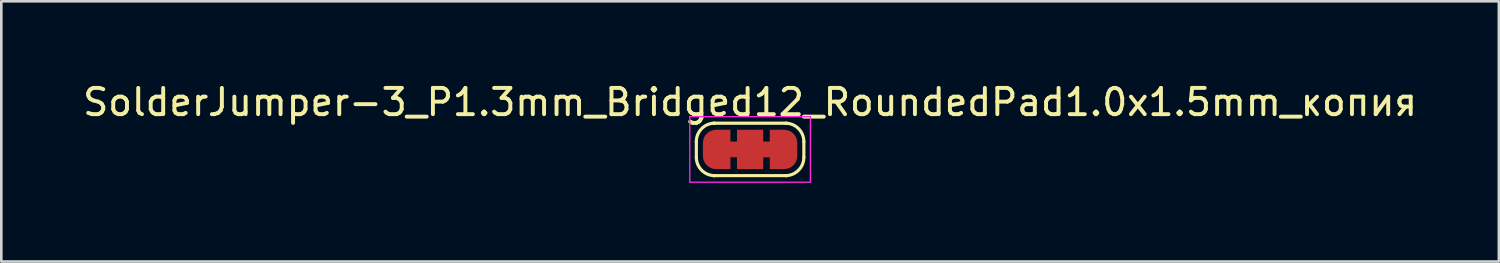
<source format=kicad_pcb>
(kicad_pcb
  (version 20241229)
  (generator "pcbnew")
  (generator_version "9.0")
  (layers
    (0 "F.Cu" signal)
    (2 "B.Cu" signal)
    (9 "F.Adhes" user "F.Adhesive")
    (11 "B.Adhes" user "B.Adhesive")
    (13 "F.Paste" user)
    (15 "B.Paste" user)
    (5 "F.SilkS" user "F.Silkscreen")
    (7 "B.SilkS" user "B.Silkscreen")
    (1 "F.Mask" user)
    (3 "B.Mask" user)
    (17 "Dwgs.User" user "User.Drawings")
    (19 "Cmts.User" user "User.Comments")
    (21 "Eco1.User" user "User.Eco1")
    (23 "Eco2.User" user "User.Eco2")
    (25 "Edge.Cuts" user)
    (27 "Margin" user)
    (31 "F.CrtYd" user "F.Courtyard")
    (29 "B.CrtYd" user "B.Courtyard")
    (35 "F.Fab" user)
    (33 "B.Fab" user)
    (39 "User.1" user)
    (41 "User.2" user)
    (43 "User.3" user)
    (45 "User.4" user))
  (footprint "SolderJumper-3_P1.3mm_Bridged12_RoundedPad1.0x1.5mm_копия"
    (layer "F.Cu")
    (at 25.554 2.648)
    (property "Reference" "SolderJumper-3_P1.3mm_Bridged12_RoundedPad1.0x1.5mm_копия" (at 0 -1.8 0) (layer "F.SilkS") (effects (font (size 1 1) (thickness 0.15))))
    (attr exclude_from_pos_files exclude_from_bom)
    (fp_poly (pts (xy -0.9 -0.3) (xy -0.4 -0.3) (xy -0.4 0.3) (xy -0.9 0.3)) (stroke (width 0) (type solid)) (fill yes) (layer "F.Cu"))
    (fp_poly (pts (xy 0.38 -0.3) (xy 0.88 -0.3) (xy 0.88 0.3) (xy 0.38 0.3)) (stroke (width 0) (type solid)) (fill yes) (layer "F.Cu"))
    (fp_poly (pts (xy -0.9 -0.3) (xy -0.4 -0.3) (xy -0.4 0.3) (xy -0.9 0.3)) (stroke (width 0) (type solid)) (fill yes) (layer "F.Mask"))
    (fp_poly (pts (xy 0.4 -0.3) (xy 0.9 -0.3) (xy 0.9 0.3) (xy 0.4 0.3)) (stroke (width 0) (type solid)) (fill yes) (layer "F.Mask"))
    (fp_line (start -2.05 0.3) (end -2.05 -0.3) (stroke (width 0.12) (type solid)) (layer "F.SilkS"))
    (fp_line (start -1.4 -1) (end 1.4 -1) (stroke (width 0.12) (type solid)) (layer "F.SilkS"))
    (fp_line (start 1.4 1) (end -1.4 1) (stroke (width 0.12) (type solid)) (layer "F.SilkS"))
    (fp_line (start 2.05 -0.3) (end 2.05 0.3) (stroke (width 0.12) (type solid)) (layer "F.SilkS"))
    (fp_arc (start -2.05 -0.3) (mid -1.844975 -0.794975) (end -1.35 -1) (stroke (width 0.12) (type solid)) (layer "F.SilkS"))
    (fp_arc (start -1.35 1) (mid -1.844975 0.794975) (end -2.05 0.3) (stroke (width 0.12) (type solid)) (layer "F.SilkS"))
    (fp_arc (start 1.35 -1) (mid 1.844975 -0.794975) (end 2.05 -0.3) (stroke (width 0.12) (type solid)) (layer "F.SilkS"))
    (fp_arc (start 2.05 0.3) (mid 1.844975 0.794975) (end 1.35 1) (stroke (width 0.12) (type solid)) (layer "F.SilkS"))
    (fp_line (start -2.3 -1.25) (end -2.3 1.25) (stroke (width 0.05) (type solid)) (layer "F.CrtYd"))
    (fp_line (start -2.3 -1.25) (end 2.3 -1.25) (stroke (width 0.05) (type solid)) (layer "F.CrtYd"))
    (fp_line (start 2.3 1.25) (end -2.3 1.25) (stroke (width 0.05) (type solid)) (layer "F.CrtYd"))
    (fp_line (start 2.3 1.25) (end 2.3 -1.25) (stroke (width 0.05) (type solid)) (layer "F.CrtYd"))
    (pad "1" smd custom (at -1.3 0) (size 1 0.5) (layers "F.Cu" "F.Mask") (options (anchor rect)) (primitives (gr_circle (center 0 0.25) (end 0.5 0.25) (width 0) (fill yes)) (gr_circle (center 0 -0.25) (end 0.5 -0.25) (width 0) (fill yes)) (gr_poly (pts (xy 0.55 0.75) (xy 0 0.75) (xy 0 -0.75) (xy 0.55 -0.75)) (width 0) (fill yes))))
    (pad "2" smd rect (at 0 0) (size 1 1.5) (layers "F.Cu" "F.Mask"))
    (pad "3" smd custom (at 1.3 0) (size 1 0.5) (layers "F.Cu" "F.Mask") (options (anchor rect)) (primitives (gr_circle (center 0 0.25) (end 0.5 0.25) (width 0) (fill yes)) (gr_circle (center 0 -0.25) (end 0.5 -0.25) (width 0) (fill yes)) (gr_poly (pts (xy 0 0.75) (xy -0.55 0.75) (xy -0.55 -0.75) (xy 0 -0.75)) (width 0) (fill yes)))))
  (gr_rect
    (start -3 -3)
    (end 54.107 6.923)
    (stroke (width 0.1) (type default))
    (fill no)
    (layer "Edge.Cuts")))
</source>
